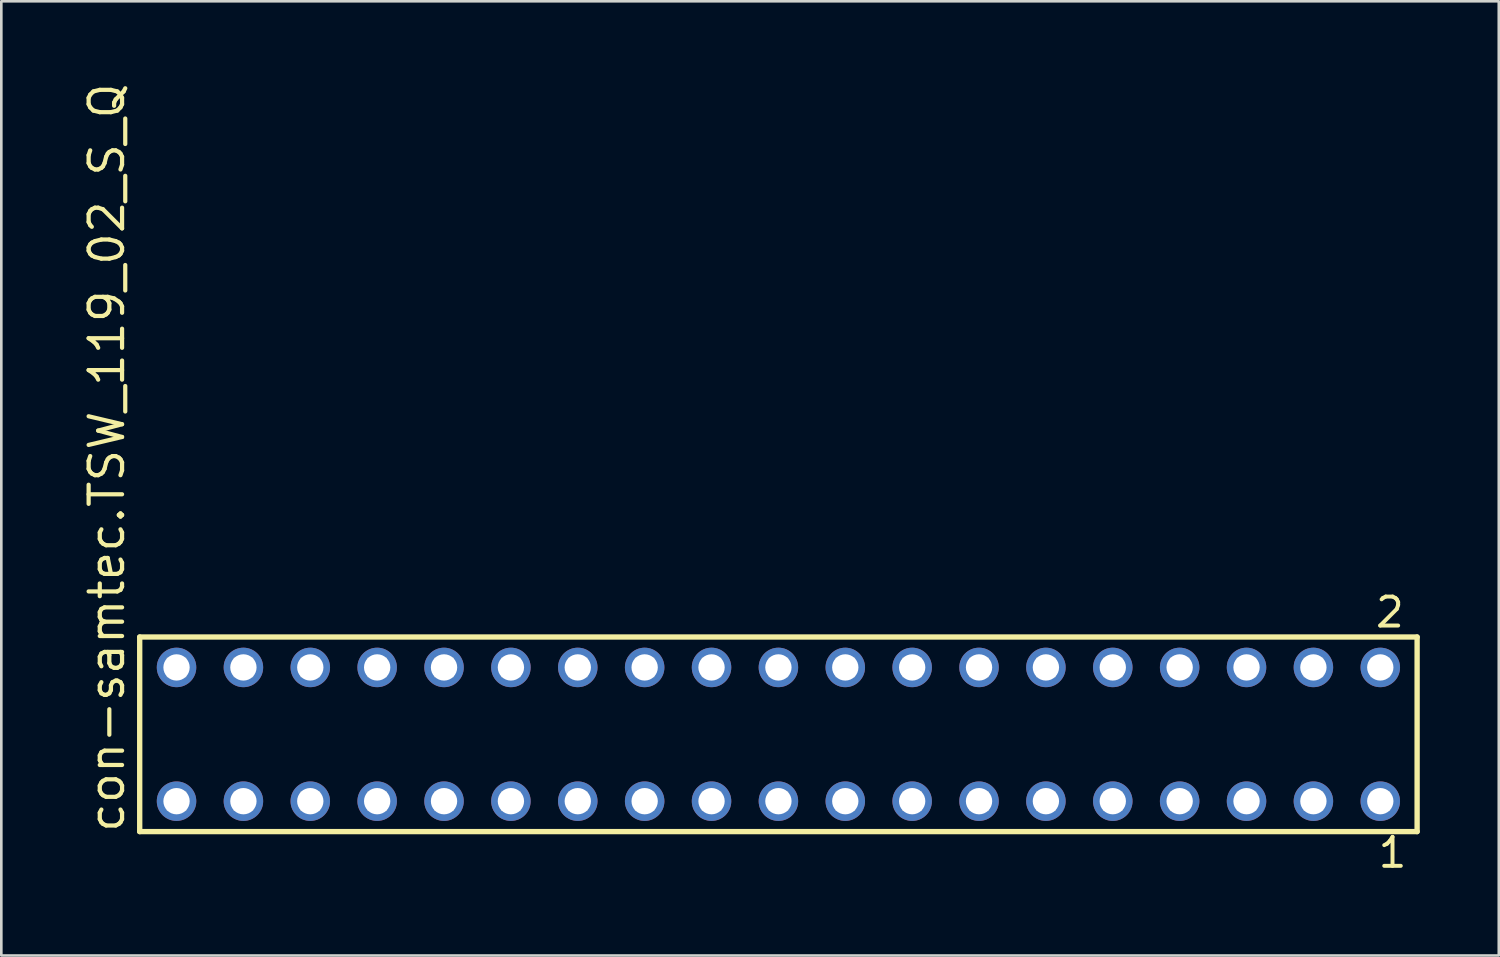
<source format=kicad_pcb>
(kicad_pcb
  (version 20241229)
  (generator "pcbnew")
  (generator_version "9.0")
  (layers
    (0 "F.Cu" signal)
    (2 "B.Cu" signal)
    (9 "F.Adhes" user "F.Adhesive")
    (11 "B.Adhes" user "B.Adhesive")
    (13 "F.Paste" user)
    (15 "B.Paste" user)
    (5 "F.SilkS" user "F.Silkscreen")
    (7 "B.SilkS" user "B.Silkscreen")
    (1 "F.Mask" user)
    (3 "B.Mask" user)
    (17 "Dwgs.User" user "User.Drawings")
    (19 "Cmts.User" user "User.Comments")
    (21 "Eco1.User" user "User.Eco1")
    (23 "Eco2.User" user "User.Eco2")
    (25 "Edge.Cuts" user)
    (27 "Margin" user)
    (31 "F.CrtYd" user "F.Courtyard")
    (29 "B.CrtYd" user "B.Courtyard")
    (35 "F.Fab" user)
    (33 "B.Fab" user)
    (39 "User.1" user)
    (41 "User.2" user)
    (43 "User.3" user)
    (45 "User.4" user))
  (footprint "con-samtec.TSW_119_02_S_Q"
    (layer "F.Cu")
    (at 26.515 24.84)
    (property "Reference" "con-samtec.TSW_119_02_S_Q" (at -24.765 3.81 90) (layer "F.SilkS") (effects (font (size 1.27 1.27) (thickness 0.16)) (justify left bottom)))
    (attr through_hole)
    (fp_line (start -24.259 -3.695) (end 24.259 -3.695) (stroke (width 0.203) (type default)) (layer "F.SilkS"))
    (fp_line (start -24.259 3.695) (end -24.259 -3.695) (stroke (width 0.203) (type default)) (layer "F.SilkS"))
    (fp_line (start 24.259 -3.695) (end 24.259 3.695) (stroke (width 0.203) (type default)) (layer "F.SilkS"))
    (fp_line (start 24.259 3.695) (end -24.259 3.695) (stroke (width 0.203) (type default)) (layer "F.SilkS"))
    (fp_rect (start -23.21 -2.19) (end -22.51 -2.89) (stroke (width 0.05) (type default)) (fill no) (layer "F.Fab"))
    (fp_rect (start -23.21 2.89) (end -22.51 2.19) (stroke (width 0.05) (type default)) (fill no) (layer "F.Fab"))
    (fp_rect (start -20.67 -2.19) (end -19.97 -2.89) (stroke (width 0.05) (type default)) (fill no) (layer "F.Fab"))
    (fp_rect (start -20.67 2.89) (end -19.97 2.19) (stroke (width 0.05) (type default)) (fill no) (layer "F.Fab"))
    (fp_rect (start -18.13 -2.19) (end -17.43 -2.89) (stroke (width 0.05) (type default)) (fill no) (layer "F.Fab"))
    (fp_rect (start -18.13 2.89) (end -17.43 2.19) (stroke (width 0.05) (type default)) (fill no) (layer "F.Fab"))
    (fp_rect (start -15.59 -2.19) (end -14.89 -2.89) (stroke (width 0.05) (type default)) (fill no) (layer "F.Fab"))
    (fp_rect (start -15.59 2.89) (end -14.89 2.19) (stroke (width 0.05) (type default)) (fill no) (layer "F.Fab"))
    (fp_rect (start -13.05 -2.19) (end -12.35 -2.89) (stroke (width 0.05) (type default)) (fill no) (layer "F.Fab"))
    (fp_rect (start -13.05 2.89) (end -12.35 2.19) (stroke (width 0.05) (type default)) (fill no) (layer "F.Fab"))
    (fp_rect (start -10.51 -2.19) (end -9.81 -2.89) (stroke (width 0.05) (type default)) (fill no) (layer "F.Fab"))
    (fp_rect (start -10.51 2.89) (end -9.81 2.19) (stroke (width 0.05) (type default)) (fill no) (layer "F.Fab"))
    (fp_rect (start -7.97 -2.19) (end -7.27 -2.89) (stroke (width 0.05) (type default)) (fill no) (layer "F.Fab"))
    (fp_rect (start -7.97 2.89) (end -7.27 2.19) (stroke (width 0.05) (type default)) (fill no) (layer "F.Fab"))
    (fp_rect (start -5.43 -2.19) (end -4.73 -2.89) (stroke (width 0.05) (type default)) (fill no) (layer "F.Fab"))
    (fp_rect (start -5.43 2.89) (end -4.73 2.19) (stroke (width 0.05) (type default)) (fill no) (layer "F.Fab"))
    (fp_rect (start -2.89 -2.19) (end -2.19 -2.89) (stroke (width 0.05) (type default)) (fill no) (layer "F.Fab"))
    (fp_rect (start -2.89 2.89) (end -2.19 2.19) (stroke (width 0.05) (type default)) (fill no) (layer "F.Fab"))
    (fp_rect (start -0.35 -2.19) (end 0.35 -2.89) (stroke (width 0.05) (type default)) (fill no) (layer "F.Fab"))
    (fp_rect (start -0.35 2.89) (end 0.35 2.19) (stroke (width 0.05) (type default)) (fill no) (layer "F.Fab"))
    (fp_rect (start 2.19 -2.19) (end 2.89 -2.89) (stroke (width 0.05) (type default)) (fill no) (layer "F.Fab"))
    (fp_rect (start 2.19 2.89) (end 2.89 2.19) (stroke (width 0.05) (type default)) (fill no) (layer "F.Fab"))
    (fp_rect (start 4.73 -2.19) (end 5.43 -2.89) (stroke (width 0.05) (type default)) (fill no) (layer "F.Fab"))
    (fp_rect (start 4.73 2.89) (end 5.43 2.19) (stroke (width 0.05) (type default)) (fill no) (layer "F.Fab"))
    (fp_rect (start 7.27 -2.19) (end 7.97 -2.89) (stroke (width 0.05) (type default)) (fill no) (layer "F.Fab"))
    (fp_rect (start 7.27 2.89) (end 7.97 2.19) (stroke (width 0.05) (type default)) (fill no) (layer "F.Fab"))
    (fp_rect (start 9.81 -2.19) (end 10.51 -2.89) (stroke (width 0.05) (type default)) (fill no) (layer "F.Fab"))
    (fp_rect (start 9.81 2.89) (end 10.51 2.19) (stroke (width 0.05) (type default)) (fill no) (layer "F.Fab"))
    (fp_rect (start 12.35 -2.19) (end 13.05 -2.89) (stroke (width 0.05) (type default)) (fill no) (layer "F.Fab"))
    (fp_rect (start 12.35 2.89) (end 13.05 2.19) (stroke (width 0.05) (type default)) (fill no) (layer "F.Fab"))
    (fp_rect (start 14.89 -2.19) (end 15.59 -2.89) (stroke (width 0.05) (type default)) (fill no) (layer "F.Fab"))
    (fp_rect (start 14.89 2.89) (end 15.59 2.19) (stroke (width 0.05) (type default)) (fill no) (layer "F.Fab"))
    (fp_rect (start 17.43 -2.19) (end 18.13 -2.89) (stroke (width 0.05) (type default)) (fill no) (layer "F.Fab"))
    (fp_rect (start 17.43 2.89) (end 18.13 2.19) (stroke (width 0.05) (type default)) (fill no) (layer "F.Fab"))
    (fp_rect (start 19.97 -2.19) (end 20.67 -2.89) (stroke (width 0.05) (type default)) (fill no) (layer "F.Fab"))
    (fp_rect (start 19.97 2.89) (end 20.67 2.19) (stroke (width 0.05) (type default)) (fill no) (layer "F.Fab"))
    (fp_rect (start 22.51 -2.19) (end 23.21 -2.89) (stroke (width 0.05) (type default)) (fill no) (layer "F.Fab"))
    (fp_rect (start 22.51 2.89) (end 23.21 2.19) (stroke (width 0.05) (type default)) (fill no) (layer "F.Fab"))
    (fp_text user "1" (at 22.702 5.138 0) (layer "F.SilkS") (effects (font (size 1.1 1.1) (thickness 0.15)) (justify left bottom)))
    (fp_text user "2" (at 22.602 -3.989 0) (layer "F.SilkS") (effects (font (size 1.1 1.1) (thickness 0.15)) (justify left bottom)))
    (pad "1" thru_hole circle (at 22.86 2.54 180) (size 1.5 1.5) (drill 1) (layers "*.Cu" "*.Mask"))
    (pad "2" thru_hole circle (at 22.86 -2.54 180) (size 1.5 1.5) (drill 1) (layers "*.Cu" "*.Mask"))
    (pad "3" thru_hole circle (at 20.32 2.54 180) (size 1.5 1.5) (drill 1) (layers "*.Cu" "*.Mask"))
    (pad "4" thru_hole circle (at 20.32 -2.54 180) (size 1.5 1.5) (drill 1) (layers "*.Cu" "*.Mask"))
    (pad "5" thru_hole circle (at 17.78 2.54 180) (size 1.5 1.5) (drill 1) (layers "*.Cu" "*.Mask"))
    (pad "6" thru_hole circle (at 17.78 -2.54 180) (size 1.5 1.5) (drill 1) (layers "*.Cu" "*.Mask"))
    (pad "7" thru_hole circle (at 15.24 2.54 180) (size 1.5 1.5) (drill 1) (layers "*.Cu" "*.Mask"))
    (pad "8" thru_hole circle (at 15.24 -2.54 180) (size 1.5 1.5) (drill 1) (layers "*.Cu" "*.Mask"))
    (pad "9" thru_hole circle (at 12.7 2.54 180) (size 1.5 1.5) (drill 1) (layers "*.Cu" "*.Mask"))
    (pad "10" thru_hole circle (at 12.7 -2.54 180) (size 1.5 1.5) (drill 1) (layers "*.Cu" "*.Mask"))
    (pad "11" thru_hole circle (at 10.16 2.54 180) (size 1.5 1.5) (drill 1) (layers "*.Cu" "*.Mask"))
    (pad "12" thru_hole circle (at 10.16 -2.54 180) (size 1.5 1.5) (drill 1) (layers "*.Cu" "*.Mask"))
    (pad "13" thru_hole circle (at 7.62 2.54 180) (size 1.5 1.5) (drill 1) (layers "*.Cu" "*.Mask"))
    (pad "14" thru_hole circle (at 7.62 -2.54 180) (size 1.5 1.5) (drill 1) (layers "*.Cu" "*.Mask"))
    (pad "15" thru_hole circle (at 5.08 2.54 180) (size 1.5 1.5) (drill 1) (layers "*.Cu" "*.Mask"))
    (pad "16" thru_hole circle (at 5.08 -2.54 180) (size 1.5 1.5) (drill 1) (layers "*.Cu" "*.Mask"))
    (pad "17" thru_hole circle (at 2.54 2.54 180) (size 1.5 1.5) (drill 1) (layers "*.Cu" "*.Mask"))
    (pad "18" thru_hole circle (at 2.54 -2.54 180) (size 1.5 1.5) (drill 1) (layers "*.Cu" "*.Mask"))
    (pad "19" thru_hole circle (at 0 2.54 180) (size 1.5 1.5) (drill 1) (layers "*.Cu" "*.Mask"))
    (pad "20" thru_hole circle (at 0 -2.54 180) (size 1.5 1.5) (drill 1) (layers "*.Cu" "*.Mask"))
    (pad "21" thru_hole circle (at -2.54 2.54 180) (size 1.5 1.5) (drill 1) (layers "*.Cu" "*.Mask"))
    (pad "22" thru_hole circle (at -2.54 -2.54 180) (size 1.5 1.5) (drill 1) (layers "*.Cu" "*.Mask"))
    (pad "23" thru_hole circle (at -5.08 2.54 180) (size 1.5 1.5) (drill 1) (layers "*.Cu" "*.Mask"))
    (pad "24" thru_hole circle (at -5.08 -2.54 180) (size 1.5 1.5) (drill 1) (layers "*.Cu" "*.Mask"))
    (pad "25" thru_hole circle (at -7.62 2.54 180) (size 1.5 1.5) (drill 1) (layers "*.Cu" "*.Mask"))
    (pad "26" thru_hole circle (at -7.62 -2.54 180) (size 1.5 1.5) (drill 1) (layers "*.Cu" "*.Mask"))
    (pad "27" thru_hole circle (at -10.16 2.54 180) (size 1.5 1.5) (drill 1) (layers "*.Cu" "*.Mask"))
    (pad "28" thru_hole circle (at -10.16 -2.54 180) (size 1.5 1.5) (drill 1) (layers "*.Cu" "*.Mask"))
    (pad "29" thru_hole circle (at -12.7 2.54 180) (size 1.5 1.5) (drill 1) (layers "*.Cu" "*.Mask"))
    (pad "30" thru_hole circle (at -12.7 -2.54 180) (size 1.5 1.5) (drill 1) (layers "*.Cu" "*.Mask"))
    (pad "31" thru_hole circle (at -15.24 2.54 180) (size 1.5 1.5) (drill 1) (layers "*.Cu" "*.Mask"))
    (pad "32" thru_hole circle (at -15.24 -2.54 180) (size 1.5 1.5) (drill 1) (layers "*.Cu" "*.Mask"))
    (pad "33" thru_hole circle (at -17.78 2.54 180) (size 1.5 1.5) (drill 1) (layers "*.Cu" "*.Mask"))
    (pad "34" thru_hole circle (at -17.78 -2.54 180) (size 1.5 1.5) (drill 1) (layers "*.Cu" "*.Mask"))
    (pad "35" thru_hole circle (at -20.32 2.54 180) (size 1.5 1.5) (drill 1) (layers "*.Cu" "*.Mask"))
    (pad "36" thru_hole circle (at -20.32 -2.54 180) (size 1.5 1.5) (drill 1) (layers "*.Cu" "*.Mask"))
    (pad "37" thru_hole circle (at -22.86 2.54 180) (size 1.5 1.5) (drill 1) (layers "*.Cu" "*.Mask"))
    (pad "38" thru_hole circle (at -22.86 -2.54 180) (size 1.5 1.5) (drill 1) (layers "*.Cu" "*.Mask")))
  (gr_rect
    (start -3 -3)
    (end 53.876 33.241)
    (stroke (width 0.1) (type default))
    (fill no)
    (layer "Edge.Cuts")))
</source>
